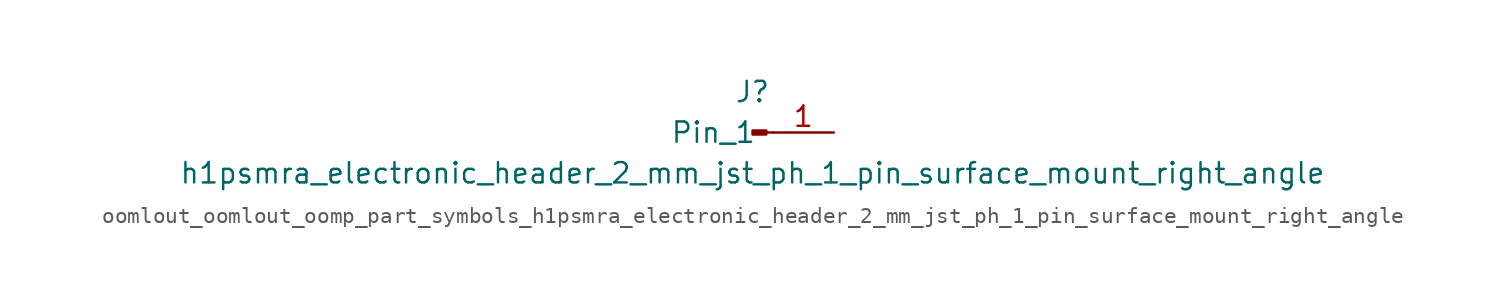
<source format=kicad_sym>
(kicad_symbol_lib
  (version 20220914)
  (generator kicad_symbol_editor)
  (symbol "oomlout_oomlout_oomp_part_symbols_h1psmra_electronic_header_2_mm_jst_ph_1_pin_surface_mount_right_angle"
    (pin_names
      (offset 1.016))
    (property "Reference" "J"
      (at 0 2.54 0)
      (effects (font (size 1.27 1.27))))
    (property "Value" "h1psmra_electronic_header_2_mm_jst_ph_1_pin_surface_mount_right_angle"
      (at 0 -2.54 0)
      (effects (font (size 1.27 1.27))))
    (property "ki_locked" ""
      (at 0 0 0)
      (effects (font (size 1.27 1.27))))
    (symbol "oomlout_oomlout_oomp_part_symbols_h1psmra_electronic_header_2_mm_jst_ph_1_pin_surface_mount_right_angle_1_1"
      (polyline (pts (xy 1.27 0) (xy 0.864 0)) (stroke (width 0.152) (type default)) (fill (type none)))
      (rectangle (start 0.864 0.127) (end 0 -0.127) (stroke (width 0.152) (type default)) (fill (type outline)))
      (pin passive line (at 5.08 0 180) (length 3.81) (name "Pin_1" (effects (font (size 1.27 1.27)))) (number "1" (effects (font (size 1.27 1.27))))))))
</source>
